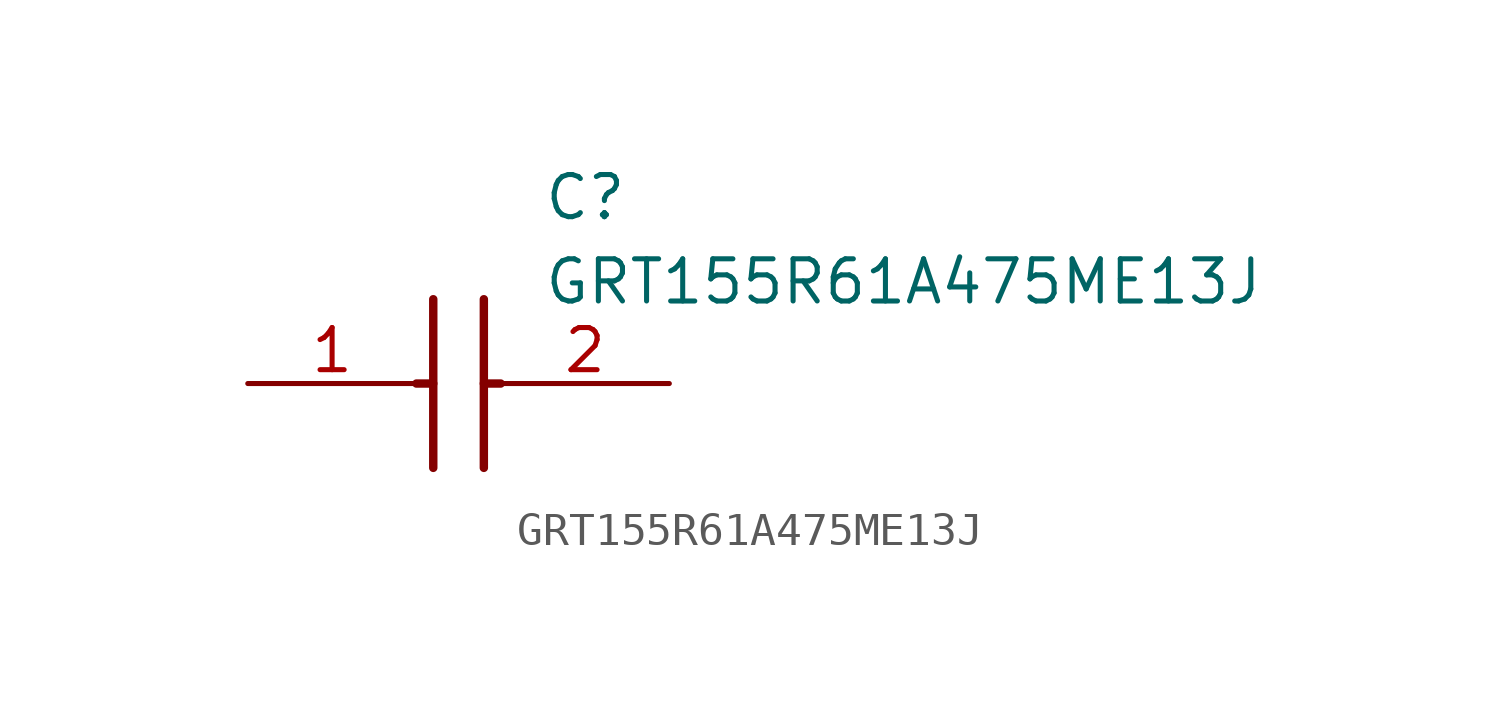
<source format=kicad_sym>
(kicad_symbol_lib
  (version 20211014)
  (generator SamacSys_ECAD_Model)
  (symbol "GRT155R61A475ME13J"
    (pin_names hide)
    (property "Reference" "C"
      (at 8.89 6.35 0)
      (effects (font (size 1.27 1.27)) (justify left top)))
    (property "Value" "GRT155R61A475ME13J"
      (at 8.89 3.81 0)
      (effects (font (size 1.27 1.27)) (justify left top)))
    (polyline
      (pts (xy 5.588 2.54) (xy 5.588 -2.54))
      (stroke (width 0.254) (type default))
      (fill (type none)))
    (polyline
      (pts (xy 7.112 2.54) (xy 7.112 -2.54))
      (stroke (width 0.254) (type default))
      (fill (type none)))
    (polyline
      (pts (xy 5.08 0) (xy 5.588 0))
      (stroke (width 0.254) (type default))
      (fill (type none)))
    (polyline
      (pts (xy 7.112 0) (xy 7.62 0))
      (stroke (width 0.254) (type default))
      (fill (type none)))
    (pin passive line
      (at 0 0 0)
      (length 5.08)
      (name "1" (effects (font (size 1.27 1.27))))
      (number "1" (effects (font (size 1.27 1.27)))))
    (pin passive line
      (at 12.7 0 180)
      (length 5.08)
      (name "2" (effects (font (size 1.27 1.27))))
      (number "2" (effects (font (size 1.27 1.27)))))))
</source>
